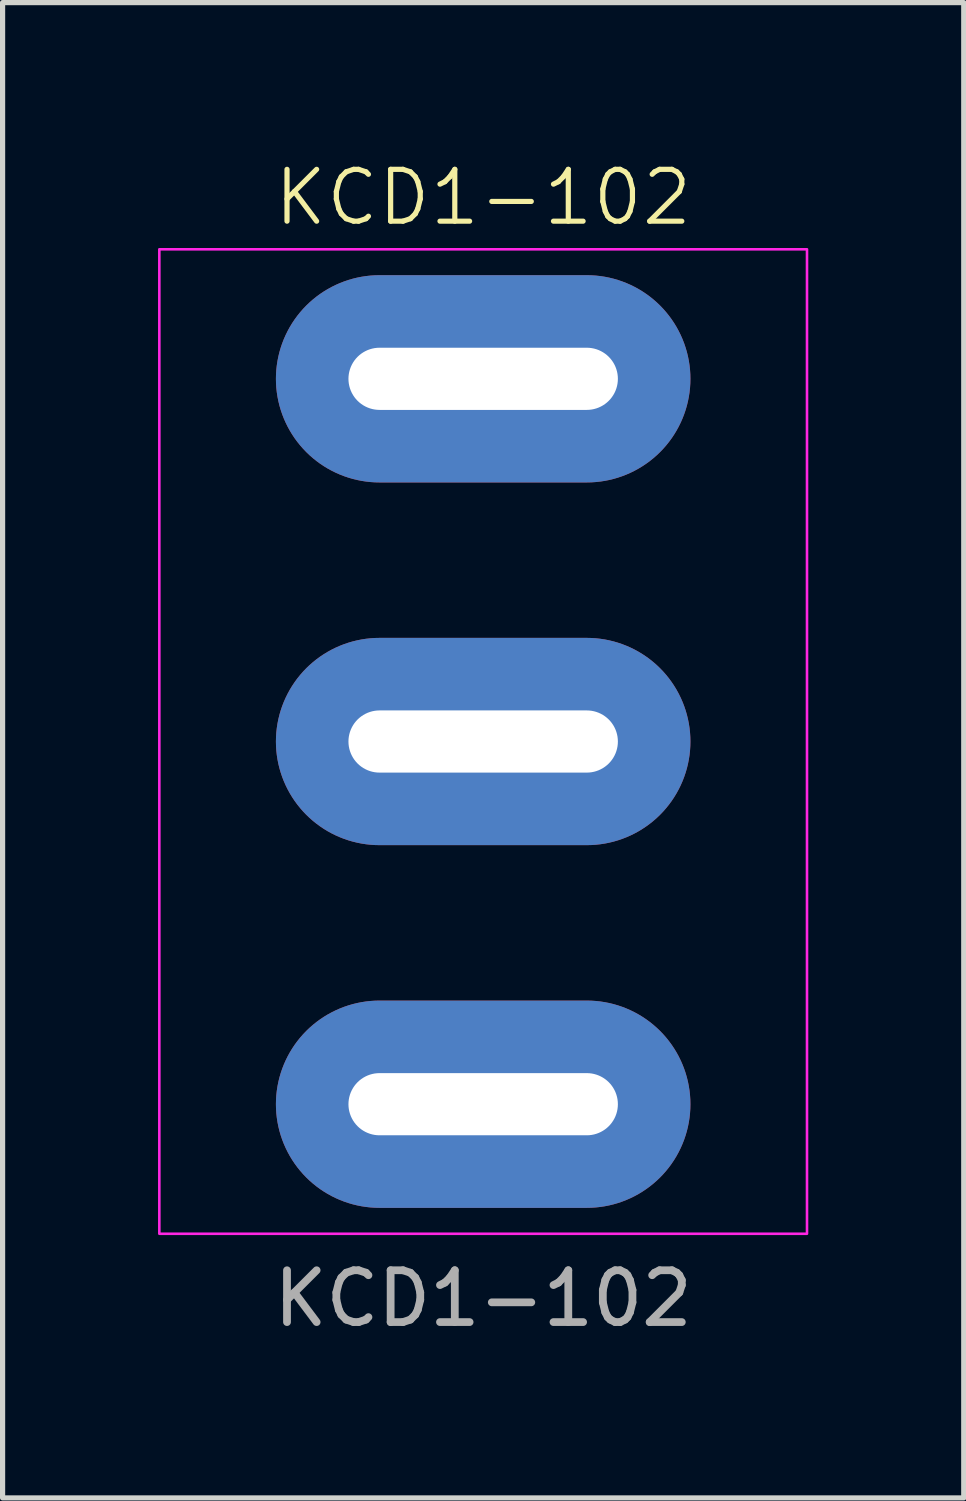
<source format=kicad_pcb>
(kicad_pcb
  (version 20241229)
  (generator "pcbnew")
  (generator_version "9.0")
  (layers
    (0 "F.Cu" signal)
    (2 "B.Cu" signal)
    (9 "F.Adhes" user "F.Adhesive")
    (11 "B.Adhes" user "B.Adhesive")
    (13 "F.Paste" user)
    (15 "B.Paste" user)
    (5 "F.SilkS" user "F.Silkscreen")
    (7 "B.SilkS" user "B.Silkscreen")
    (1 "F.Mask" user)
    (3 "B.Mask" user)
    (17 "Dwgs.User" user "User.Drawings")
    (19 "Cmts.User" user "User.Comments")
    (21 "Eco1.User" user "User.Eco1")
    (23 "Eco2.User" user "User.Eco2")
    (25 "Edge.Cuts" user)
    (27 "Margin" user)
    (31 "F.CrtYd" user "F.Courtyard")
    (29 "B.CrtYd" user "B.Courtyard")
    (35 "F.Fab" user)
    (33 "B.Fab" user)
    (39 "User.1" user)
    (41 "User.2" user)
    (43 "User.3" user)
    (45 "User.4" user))
  (footprint "KCD1-102"
    (layer "F.Cu")
    (at 6.275 11.261)
    (property "Reference" "KCD1-102" (at 0 -10.5 0) (unlocked yes) (layer "F.SilkS") (effects (font (size 1 1) (thickness 0.1))))
    (attr through_hole)
    (fp_rect (start -6.25 -9.5) (end 6.25 9.5) (stroke (width 0.05) (type default)) (fill no) (layer "F.CrtYd"))
    (fp_text user "${REFERENCE}" (at 0 10.75 0) (unlocked yes) (layer "F.Fab") (effects (font (size 1 1) (thickness 0.15))))
    (pad "1" thru_hole oval (at 0 -7) (size 8 4) (drill oval 5.2 1.2) (layers "*.Cu" "*.Mask"))
    (pad "2" thru_hole oval (at 0 0) (size 8 4) (drill oval 5.2 1.2) (layers "*.Cu" "*.Mask"))
    (pad "3" thru_hole oval (at 0 7) (size 8 4) (drill oval 5.2 1.2) (layers "*.Cu" "*.Mask")))
  (gr_rect
    (start -3 -3)
    (end 15.55 25.859)
    (stroke (width 0.1) (type default))
    (fill no)
    (layer "Edge.Cuts")))
</source>
